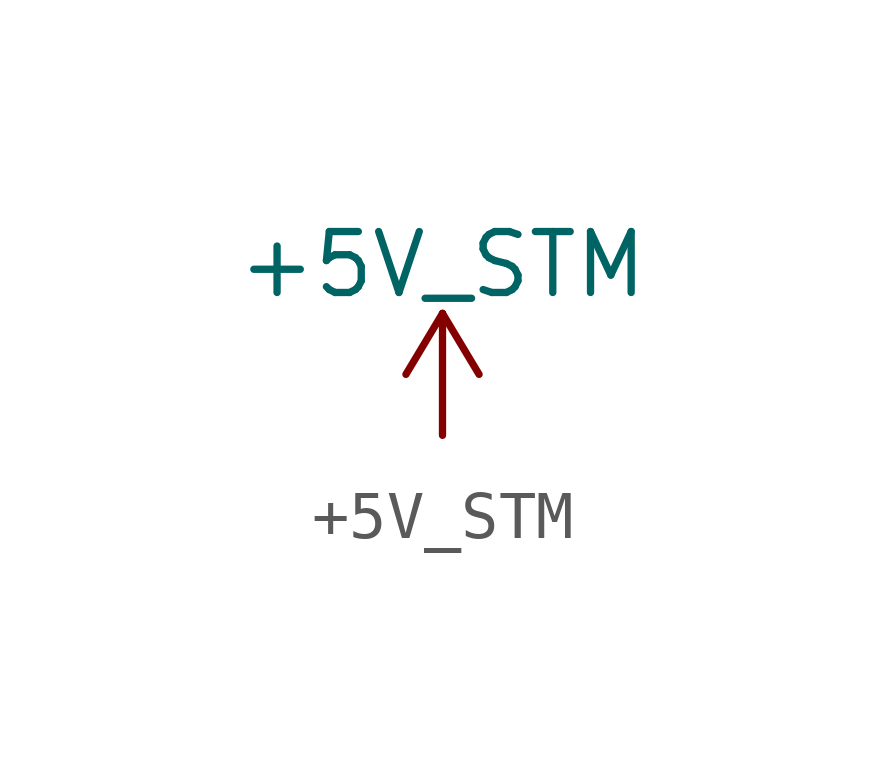
<source format=kicad_sym>
(kicad_symbol_lib
  (version 20211014)
  (generator kicad_symbol_editor)
  (symbol "+5V_STM"
    (power)
    (pin_names
      (offset 0))
    (property "Reference" "#PWR"
      (at 0 -3.81 0)
      (effects (font (size 1.27 1.27)) hide))
    (property "Value" "+5V_STM"
      (at 0 3.556 0)
      (effects (font (size 1.27 1.27))))
    (symbol "+5V_STM_0_1"
      (polyline (pts (xy -0.762 1.27) (xy 0 2.54)) (stroke (width 0) (type default) (color 0 0 0 0)) (fill (type none)))
      (polyline (pts (xy 0 0) (xy 0 2.54)) (stroke (width 0) (type default) (color 0 0 0 0)) (fill (type none)))
      (polyline (pts (xy 0 2.54) (xy 0.762 1.27)) (stroke (width 0) (type default) (color 0 0 0 0)) (fill (type none))))
    (symbol "+5V_STM_1_1"
      (pin power_in line (at 0 0 90) (length 0) hide (name "+5V_STM" (effects (font (size 1.27 1.27)))) (number "1" (effects (font (size 1.27 1.27))))))))
</source>
